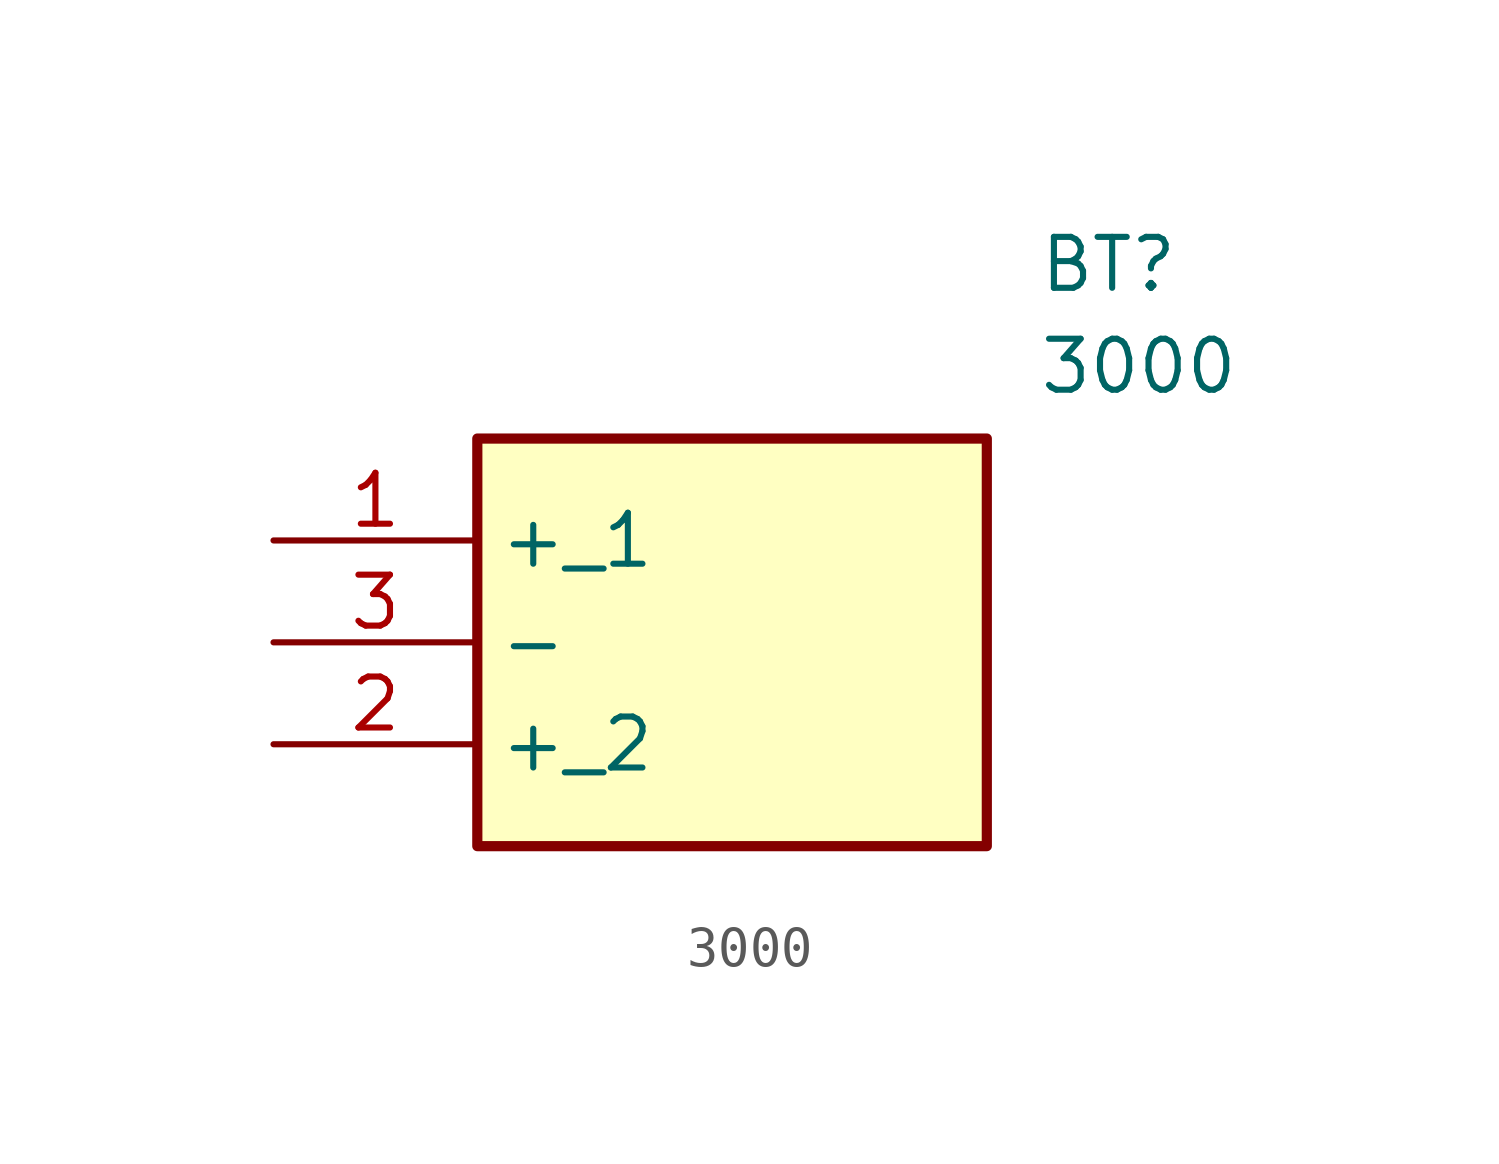
<source format=kicad_sym>
(kicad_symbol_lib
  (version 20231120)
  (generator "kicad_symbol_editor")
  (generator_version "8.0")
  (symbol "3000"
    (property "Reference" "BT"
      (at 19.05 7.62 0)
      (effects (font (size 1.27 1.27)) (justify left top)))
    (property "Value" "3000"
      (at 19.05 5.08 0)
      (effects (font (size 1.27 1.27)) (justify left top)))
    (symbol "3000_1_1"
      (rectangle (start 5.08 2.54) (end 17.78 -7.62) (stroke (width 0.254) (type default)) (fill (type background)))
      (pin passive line (at 0 0 0) (length 5.08) (name "+_1" (effects (font (size 1.27 1.27)))) (number "1" (effects (font (size 1.27 1.27)))))
      (pin passive line (at 0 -5.08 0) (length 5.08) (name "+_2" (effects (font (size 1.27 1.27)))) (number "2" (effects (font (size 1.27 1.27)))))
      (pin passive line (at 0 -2.54 0) (length 5.08) (name "-" (effects (font (size 1.27 1.27)))) (number "3" (effects (font (size 1.27 1.27))))))))
</source>
